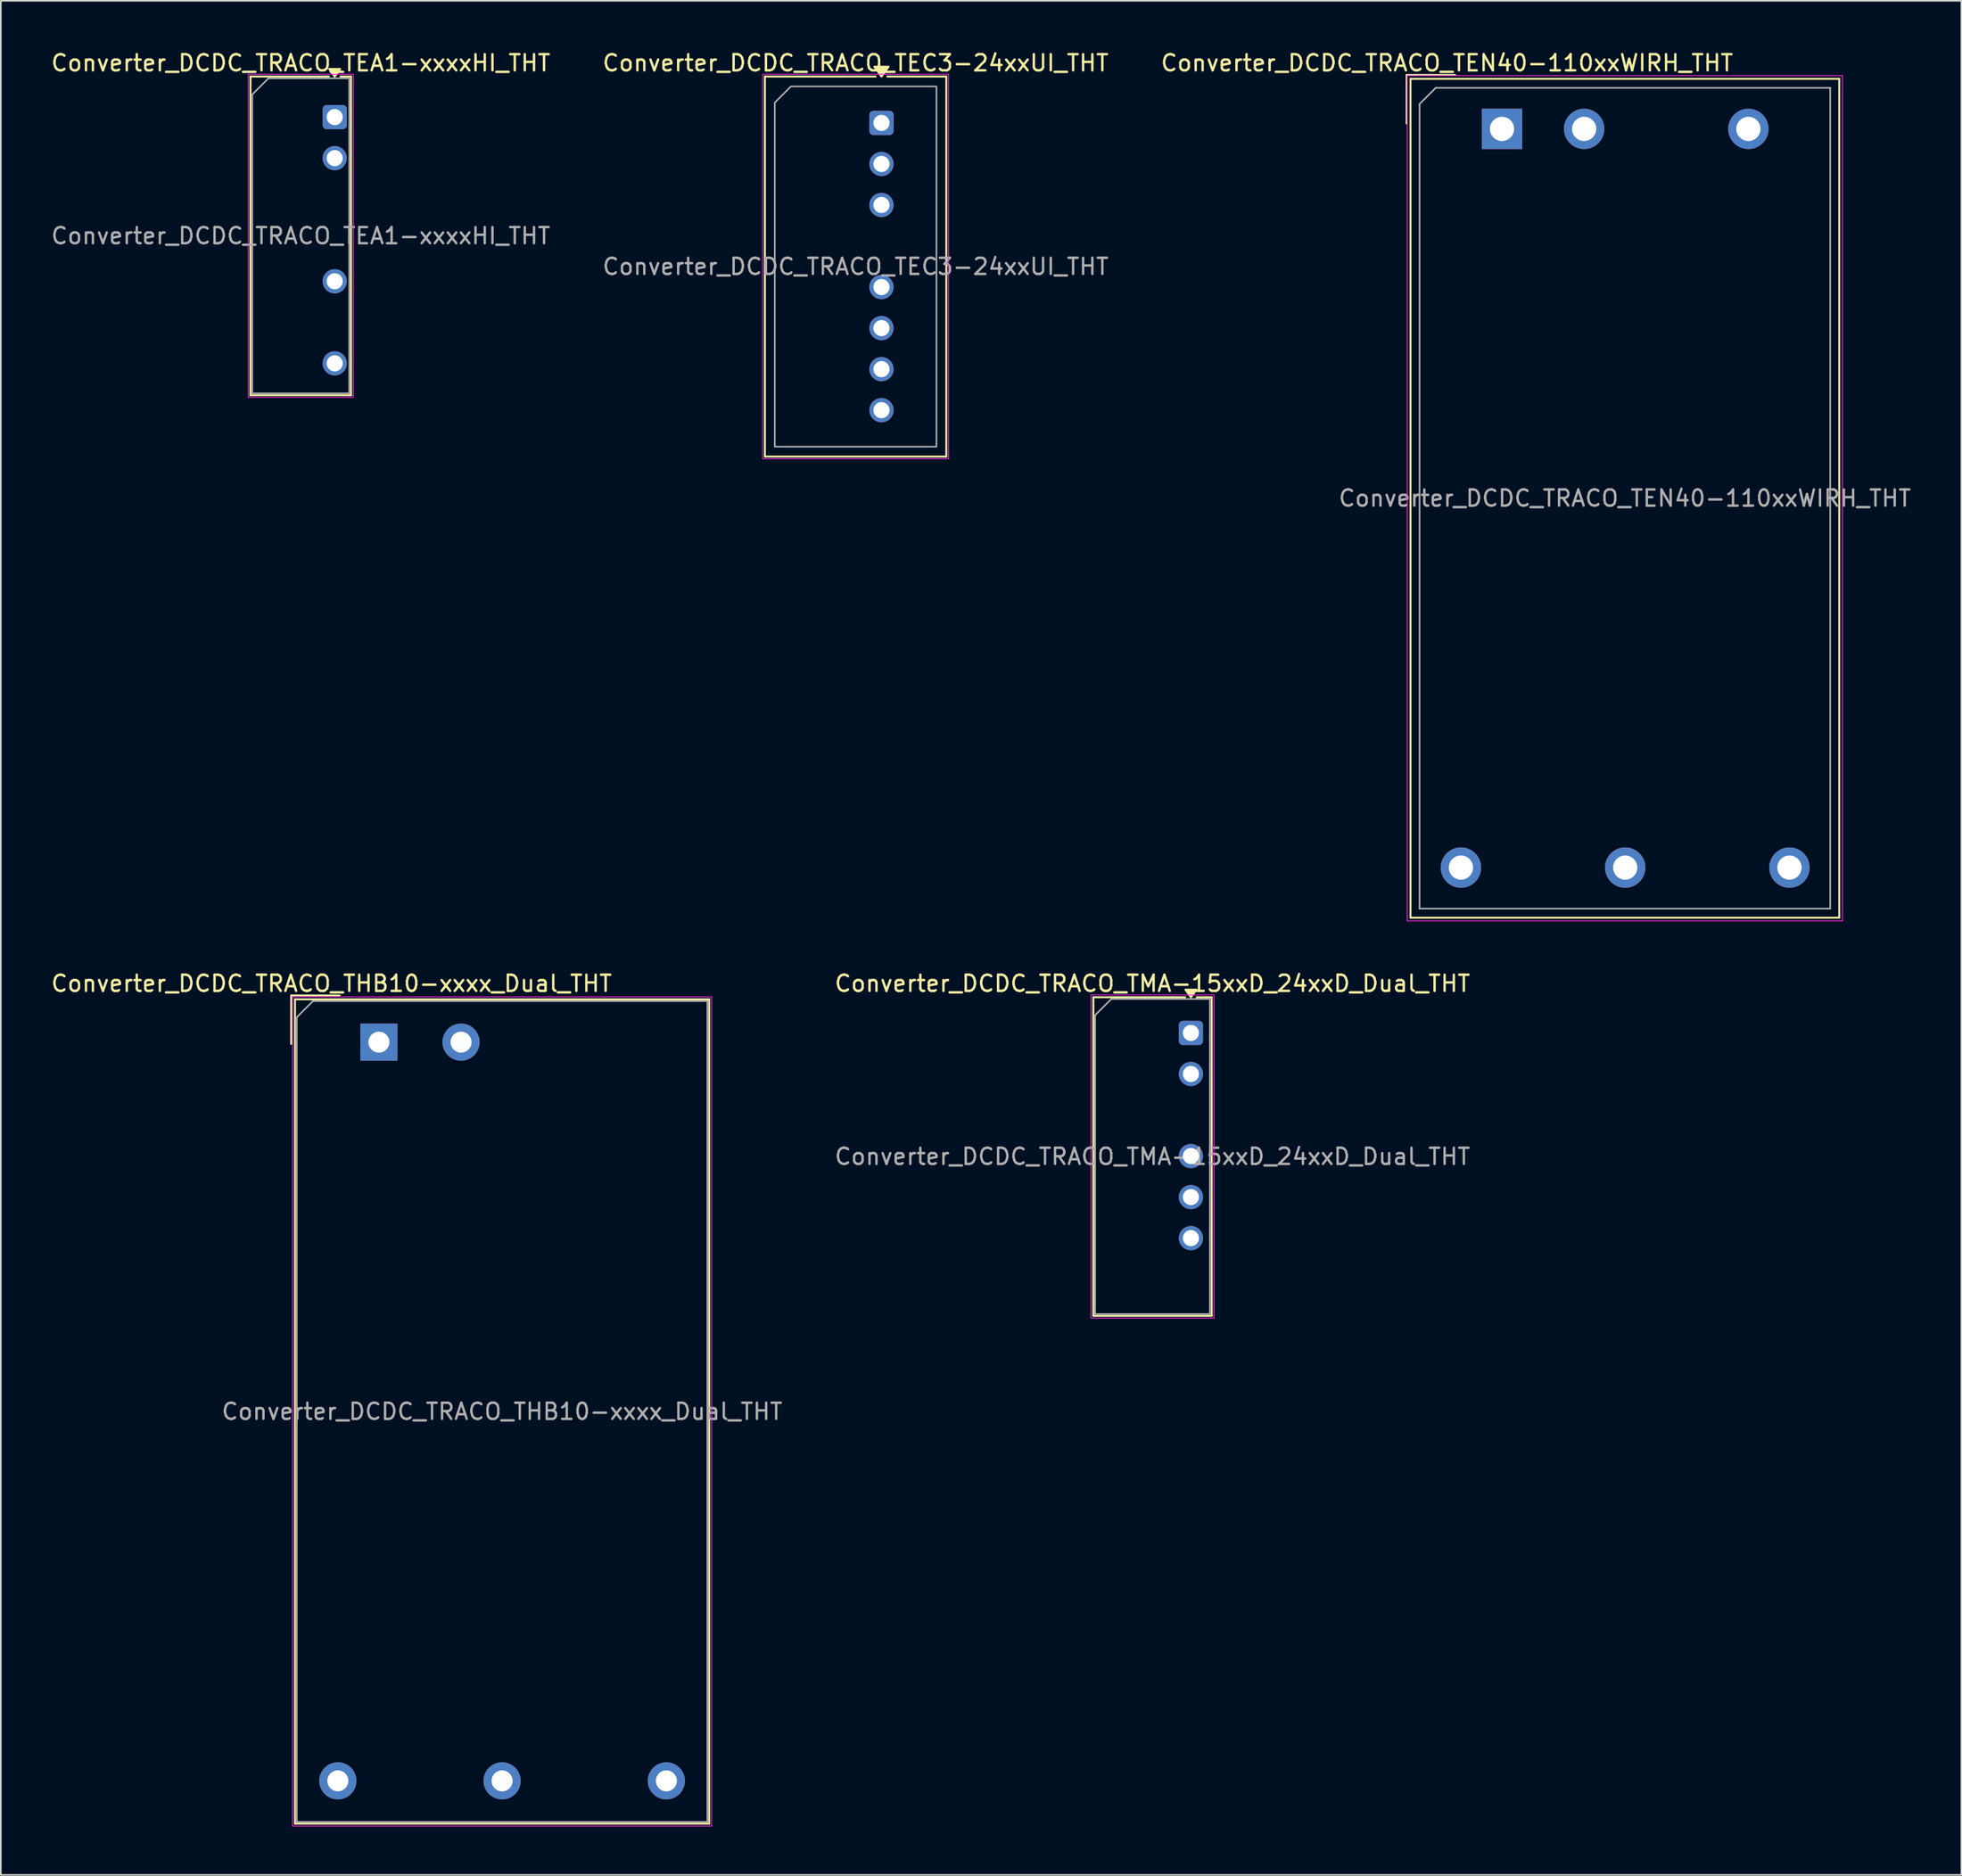
<source format=kicad_pcb>
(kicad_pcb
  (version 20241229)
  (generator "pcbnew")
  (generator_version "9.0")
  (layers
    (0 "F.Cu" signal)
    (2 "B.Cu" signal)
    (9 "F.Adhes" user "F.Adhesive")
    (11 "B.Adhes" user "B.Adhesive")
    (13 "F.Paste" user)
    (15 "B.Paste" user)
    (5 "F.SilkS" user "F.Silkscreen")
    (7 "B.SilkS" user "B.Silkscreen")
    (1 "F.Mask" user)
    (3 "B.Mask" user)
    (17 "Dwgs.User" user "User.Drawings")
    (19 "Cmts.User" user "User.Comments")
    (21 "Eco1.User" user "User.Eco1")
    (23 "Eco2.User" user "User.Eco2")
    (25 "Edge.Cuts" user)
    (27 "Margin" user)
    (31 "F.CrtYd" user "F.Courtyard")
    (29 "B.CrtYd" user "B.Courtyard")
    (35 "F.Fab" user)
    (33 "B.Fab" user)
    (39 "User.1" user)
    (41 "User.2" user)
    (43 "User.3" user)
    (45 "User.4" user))
  (footprint "Converter_DCDC_TRACO_TEN40-110xxWIRH_THT"
    (layer "F.Cu")
    (at 89.858 4.928)
    (property "Reference" "Converter_DCDC_TRACO_TEN40-110xxWIRH_THT" (at -3.4 -4.08 0) (layer "F.SilkS") (effects (font (size 1 1) (thickness 0.15))))
    (attr through_hole)
    (fp_line (start -5.9 -3.34) (end -2.9 -3.34) (stroke (width 0.12) (type solid)) (layer "F.SilkS"))
    (fp_line (start -5.9 -0.34) (end -5.9 -3.34) (stroke (width 0.12) (type solid)) (layer "F.SilkS"))
    (fp_line (start -5.66 -3.1) (end -5.66 48.82) (stroke (width 0.12) (type solid)) (layer "F.SilkS"))
    (fp_line (start -5.66 -3.1) (end 20.86 -3.1) (stroke (width 0.12) (type solid)) (layer "F.SilkS"))
    (fp_line (start -5.66 48.82) (end 20.86 48.82) (stroke (width 0.12) (type solid)) (layer "F.SilkS"))
    (fp_line (start 20.86 -3.1) (end 20.86 48.82) (stroke (width 0.12) (type solid)) (layer "F.SilkS"))
    (fp_line (start -5.86 -3.3) (end -5.86 49.02) (stroke (width 0.05) (type solid)) (layer "F.CrtYd"))
    (fp_line (start -5.86 49.02) (end 21.06 49.02) (stroke (width 0.05) (type solid)) (layer "F.CrtYd"))
    (fp_line (start 21.06 -3.3) (end -5.86 -3.3) (stroke (width 0.05) (type solid)) (layer "F.CrtYd"))
    (fp_line (start 21.06 49.02) (end 21.06 -3.3) (stroke (width 0.05) (type solid)) (layer "F.CrtYd"))
    (fp_line (start -5.1 -1.54) (end -4.1 -2.54) (stroke (width 0.1) (type solid)) (layer "F.Fab"))
    (fp_line (start -5.1 48.26) (end -5.1 -1.54) (stroke (width 0.1) (type solid)) (layer "F.Fab"))
    (fp_line (start -4.1 -2.54) (end 20.3 -2.54) (stroke (width 0.1) (type solid)) (layer "F.Fab"))
    (fp_line (start 20.3 -2.54) (end 20.3 48.26) (stroke (width 0.1) (type solid)) (layer "F.Fab"))
    (fp_line (start 20.3 48.26) (end -5.1 48.26) (stroke (width 0.1) (type solid)) (layer "F.Fab"))
    (fp_text user "${REFERENCE}" (at 7.6 22.86 0) (layer "F.Fab") (effects (font (size 1 1) (thickness 0.15))))
    (pad "1" thru_hole rect (at 0 0) (size 2.5 2.5) (drill 1.5) (layers "*.Cu" "*.Mask"))
    (pad "2" thru_hole circle (at 5.08 0) (size 2.5 2.5) (drill 1.5) (layers "*.Cu" "*.Mask"))
    (pad "3" thru_hole circle (at 15.24 0) (size 2.5 2.5) (drill 1.5) (layers "*.Cu" "*.Mask"))
    (pad "4" thru_hole circle (at -2.54 45.72) (size 2.5 2.5) (drill 1.5) (layers "*.Cu" "*.Mask"))
    (pad "5" thru_hole circle (at 7.62 45.72) (size 2.5 2.5) (drill 1.5) (layers "*.Cu" "*.Mask"))
    (pad "6" thru_hole circle (at 17.78 45.72) (size 2.5 2.5) (drill 1.5) (layers "*.Cu" "*.Mask")))
  (footprint "Converter_DCDC_TRACO_TEC3-24xxUI_THT"
    (layer "F.Cu")
    (at 51.475 4.558)
    (property "Reference" "Converter_DCDC_TRACO_TEC3-24xxUI_THT" (at -1.6 -3.71 0) (layer "F.SilkS") (effects (font (size 1 1) (thickness 0.15))))
    (attr through_hole)
    (fp_line (start -7.21 -2.87) (end -0.36 -2.87) (stroke (width 0.12) (type solid)) (layer "F.SilkS"))
    (fp_line (start -7.21 20.65) (end -7.21 -2.87) (stroke (width 0.12) (type solid)) (layer "F.SilkS"))
    (fp_line (start 0.36 -2.87) (end 4.01 -2.87) (stroke (width 0.12) (type solid)) (layer "F.SilkS"))
    (fp_line (start 4.01 -2.87) (end 4.01 20.65) (stroke (width 0.12) (type solid)) (layer "F.SilkS"))
    (fp_line (start 4.01 20.65) (end -7.21 20.65) (stroke (width 0.12) (type solid)) (layer "F.SilkS"))
    (fp_poly (pts (xy 0 -2.87) (xy -0.44 -3.48) (xy 0.44 -3.48)) (stroke (width 0.12) (type solid)) (fill yes) (layer "F.SilkS"))
    (fp_rect (start -7.35 -3.01) (end 4.15 20.79) (stroke (width 0.05) (type solid)) (fill no) (layer "F.CrtYd"))
    (fp_poly (pts (xy -6.6 -1.26) (xy -6.6 20.04) (xy 3.4 20.04) (xy 3.4 -2.26) (xy -5.6 -2.26)) (stroke (width 0.1) (type solid)) (fill no) (layer "F.Fab"))
    (fp_text user "${REFERENCE}" (at -1.6 8.89 0) (layer "F.Fab") (effects (font (size 1 1) (thickness 0.15))))
    (pad "1" thru_hole roundrect (at 0 0) (size 1.5 1.5) (drill 1) (layers "*.Cu" "*.Mask") (roundrect_rratio 0.167))
    (pad "2" thru_hole circle (at 0 2.54) (size 1.5 1.5) (drill 1) (layers "*.Cu" "*.Mask"))
    (pad "3" thru_hole circle (at 0 5.08) (size 1.5 1.5) (drill 1) (layers "*.Cu" "*.Mask"))
    (pad "5" thru_hole circle (at 0 10.16) (size 1.5 1.5) (drill 1) (layers "*.Cu" "*.Mask"))
    (pad "6" thru_hole circle (at 0 12.7) (size 1.5 1.5) (drill 1) (layers "*.Cu" "*.Mask"))
    (pad "7" thru_hole circle (at 0 15.24) (size 1.5 1.5) (drill 1) (layers "*.Cu" "*.Mask"))
    (pad "8" thru_hole circle (at 0 17.78) (size 1.5 1.5) (drill 1) (layers "*.Cu" "*.Mask")))
  (footprint "Converter_DCDC_TRACO_THB10-xxxx_Dual_THT"
    (layer "F.Cu")
    (at 20.388 61.452)
    (property "Reference" "Converter_DCDC_TRACO_THB10-xxxx_Dual_THT" (at -2.93 -3.63 0) (layer "F.SilkS") (effects (font (size 1 1) (thickness 0.15))))
    (attr through_hole)
    (fp_line (start -5.43 -2.89) (end -2.43 -2.89) (stroke (width 0.12) (type solid)) (layer "F.SilkS"))
    (fp_line (start -5.43 0.11) (end -5.43 -2.89) (stroke (width 0.12) (type solid)) (layer "F.SilkS"))
    (fp_line (start -5.19 -2.65) (end -5.19 48.37) (stroke (width 0.12) (type solid)) (layer "F.SilkS"))
    (fp_line (start -5.19 -2.65) (end 20.43 -2.65) (stroke (width 0.12) (type solid)) (layer "F.SilkS"))
    (fp_line (start -5.19 48.37) (end 20.43 48.37) (stroke (width 0.12) (type solid)) (layer "F.SilkS"))
    (fp_line (start 20.43 -2.65) (end 20.43 48.37) (stroke (width 0.12) (type solid)) (layer "F.SilkS"))
    (fp_line (start -5.34 -2.8) (end -5.34 48.52) (stroke (width 0.05) (type solid)) (layer "F.CrtYd"))
    (fp_line (start -5.34 48.52) (end 20.58 48.52) (stroke (width 0.05) (type solid)) (layer "F.CrtYd"))
    (fp_line (start 20.58 -2.8) (end -5.34 -2.8) (stroke (width 0.05) (type solid)) (layer "F.CrtYd"))
    (fp_line (start 20.58 48.52) (end 20.58 -2.8) (stroke (width 0.05) (type solid)) (layer "F.CrtYd"))
    (fp_line (start -5.08 -1.54) (end -4.08 -2.54) (stroke (width 0.1) (type solid)) (layer "F.Fab"))
    (fp_line (start -5.08 48.26) (end -5.08 -1.54) (stroke (width 0.1) (type solid)) (layer "F.Fab"))
    (fp_line (start -4.08 -2.54) (end 20.32 -2.54) (stroke (width 0.1) (type solid)) (layer "F.Fab"))
    (fp_line (start 20.32 -2.54) (end 20.32 48.26) (stroke (width 0.1) (type solid)) (layer "F.Fab"))
    (fp_line (start 20.32 48.26) (end -5.08 48.26) (stroke (width 0.1) (type solid)) (layer "F.Fab"))
    (fp_text user "${REFERENCE}" (at 7.62 22.86 0) (layer "F.Fab") (effects (font (size 1 1) (thickness 0.15))))
    (pad "1" thru_hole rect (at 0 0) (size 2.3 2.3) (drill 1.3) (layers "*.Cu" "*.Mask"))
    (pad "2" thru_hole circle (at 5.08 0) (size 2.3 2.3) (drill 1.3) (layers "*.Cu" "*.Mask"))
    (pad "3" thru_hole circle (at -2.54 45.72) (size 2.3 2.3) (drill 1.3) (layers "*.Cu" "*.Mask"))
    (pad "4" thru_hole circle (at 7.62 45.72) (size 2.3 2.3) (drill 1.3) (layers "*.Cu" "*.Mask"))
    (pad "5" thru_hole circle (at 17.78 45.72) (size 2.3 2.3) (drill 1.3) (layers "*.Cu" "*.Mask")))
  (footprint "Converter_DCDC_TRACO_TMA-15xxD_24xxD_Dual_THT"
    (layer "F.Cu")
    (at 70.615 60.882)
    (property "Reference" "Converter_DCDC_TRACO_TMA-15xxD_24xxD_Dual_THT" (at -2.38 -3.06 0) (layer "F.SilkS") (effects (font (size 1 1) (thickness 0.15))))
    (attr through_hole)
    (fp_line (start -6.035 -2.21) (end -0.36 -2.21) (stroke (width 0.12) (type solid)) (layer "F.SilkS"))
    (fp_line (start -6.035 17.51) (end -6.035 -2.21) (stroke (width 0.12) (type solid)) (layer "F.SilkS"))
    (fp_line (start 0.36 -2.21) (end 1.285 -2.21) (stroke (width 0.12) (type solid)) (layer "F.SilkS"))
    (fp_line (start 1.285 -2.21) (end 1.285 17.51) (stroke (width 0.12) (type solid)) (layer "F.SilkS"))
    (fp_line (start 1.285 17.51) (end -6.035 17.51) (stroke (width 0.12) (type solid)) (layer "F.SilkS"))
    (fp_poly (pts (xy 0 -2.21) (xy -0.34 -2.68) (xy 0.34 -2.68)) (stroke (width 0.12) (type solid)) (fill yes) (layer "F.SilkS"))
    (fp_rect (start -6.18 -2.35) (end 1.43 17.65) (stroke (width 0.05) (type solid)) (fill no) (layer "F.CrtYd"))
    (fp_poly (pts (xy -5.925 -1.1) (xy -5.925 17.4) (xy 1.175 17.4) (xy 1.175 -2.1) (xy -4.925 -2.1)) (stroke (width 0.1) (type solid)) (fill no) (layer "F.Fab"))
    (fp_text user "${REFERENCE}" (at -2.38 7.65 0) (layer "F.Fab") (effects (font (size 1 1) (thickness 0.15))))
    (pad "1" thru_hole roundrect (at 0 0) (size 1.5 1.5) (drill 1) (layers "*.Cu" "*.Mask") (roundrect_rratio 0.167))
    (pad "2" thru_hole circle (at 0 2.54) (size 1.5 1.5) (drill 1) (layers "*.Cu" "*.Mask"))
    (pad "4" thru_hole circle (at 0 7.62) (size 1.5 1.5) (drill 1) (layers "*.Cu" "*.Mask"))
    (pad "5" thru_hole circle (at 0 10.16) (size 1.5 1.5) (drill 1) (layers "*.Cu" "*.Mask"))
    (pad "6" thru_hole circle (at 0 12.7) (size 1.5 1.5) (drill 1) (layers "*.Cu" "*.Mask")))
  (footprint "Converter_DCDC_TRACO_TEA1-xxxxHI_THT"
    (layer "F.Cu")
    (at 17.654 4.198)
    (property "Reference" "Converter_DCDC_TRACO_TEA1-xxxxHI_THT" (at -2.1 -3.35 0) (layer "F.SilkS") (effects (font (size 1 1) (thickness 0.15))))
    (attr through_hole)
    (fp_line (start -5.21 -2.51) (end -0.36 -2.51) (stroke (width 0.12) (type solid)) (layer "F.SilkS"))
    (fp_line (start -5.21 17.21) (end -5.21 -2.51) (stroke (width 0.12) (type solid)) (layer "F.SilkS"))
    (fp_line (start 0.36 -2.51) (end 1.01 -2.51) (stroke (width 0.12) (type solid)) (layer "F.SilkS"))
    (fp_line (start 1.01 -2.51) (end 1.01 17.21) (stroke (width 0.12) (type solid)) (layer "F.SilkS"))
    (fp_line (start 1.01 17.21) (end -5.21 17.21) (stroke (width 0.12) (type solid)) (layer "F.SilkS"))
    (fp_poly (pts (xy 0 -2.51) (xy -0.34 -2.98) (xy 0.34 -2.98)) (stroke (width 0.12) (type solid)) (fill yes) (layer "F.SilkS"))
    (fp_rect (start -5.35 -2.65) (end 1.15 17.35) (stroke (width 0.05) (type solid)) (fill no) (layer "F.CrtYd"))
    (fp_poly (pts (xy -5.1 -1.4) (xy -5.1 17.1) (xy 0.9 17.1) (xy 0.9 -2.4) (xy -4.1 -2.4)) (stroke (width 0.1) (type solid)) (fill no) (layer "F.Fab"))
    (fp_text user "${REFERENCE}" (at -2.1 7.35 0) (layer "F.Fab") (effects (font (size 1 1) (thickness 0.15))))
    (pad "1" thru_hole roundrect (at 0 0) (size 1.5 1.5) (drill 1) (layers "*.Cu" "*.Mask") (roundrect_rratio 0.167))
    (pad "2" thru_hole circle (at 0 2.54) (size 1.5 1.5) (drill 1) (layers "*.Cu" "*.Mask"))
    (pad "5" thru_hole circle (at 0 10.16) (size 1.5 1.5) (drill 1) (layers "*.Cu" "*.Mask"))
    (pad "7" thru_hole circle (at 0 15.24) (size 1.5 1.5) (drill 1) (layers "*.Cu" "*.Mask")))
  (gr_rect
    (start -3 -3)
    (end 118.274 112.996)
    (stroke (width 0.1) (type default))
    (fill no)
    (layer "Edge.Cuts")))
</source>
